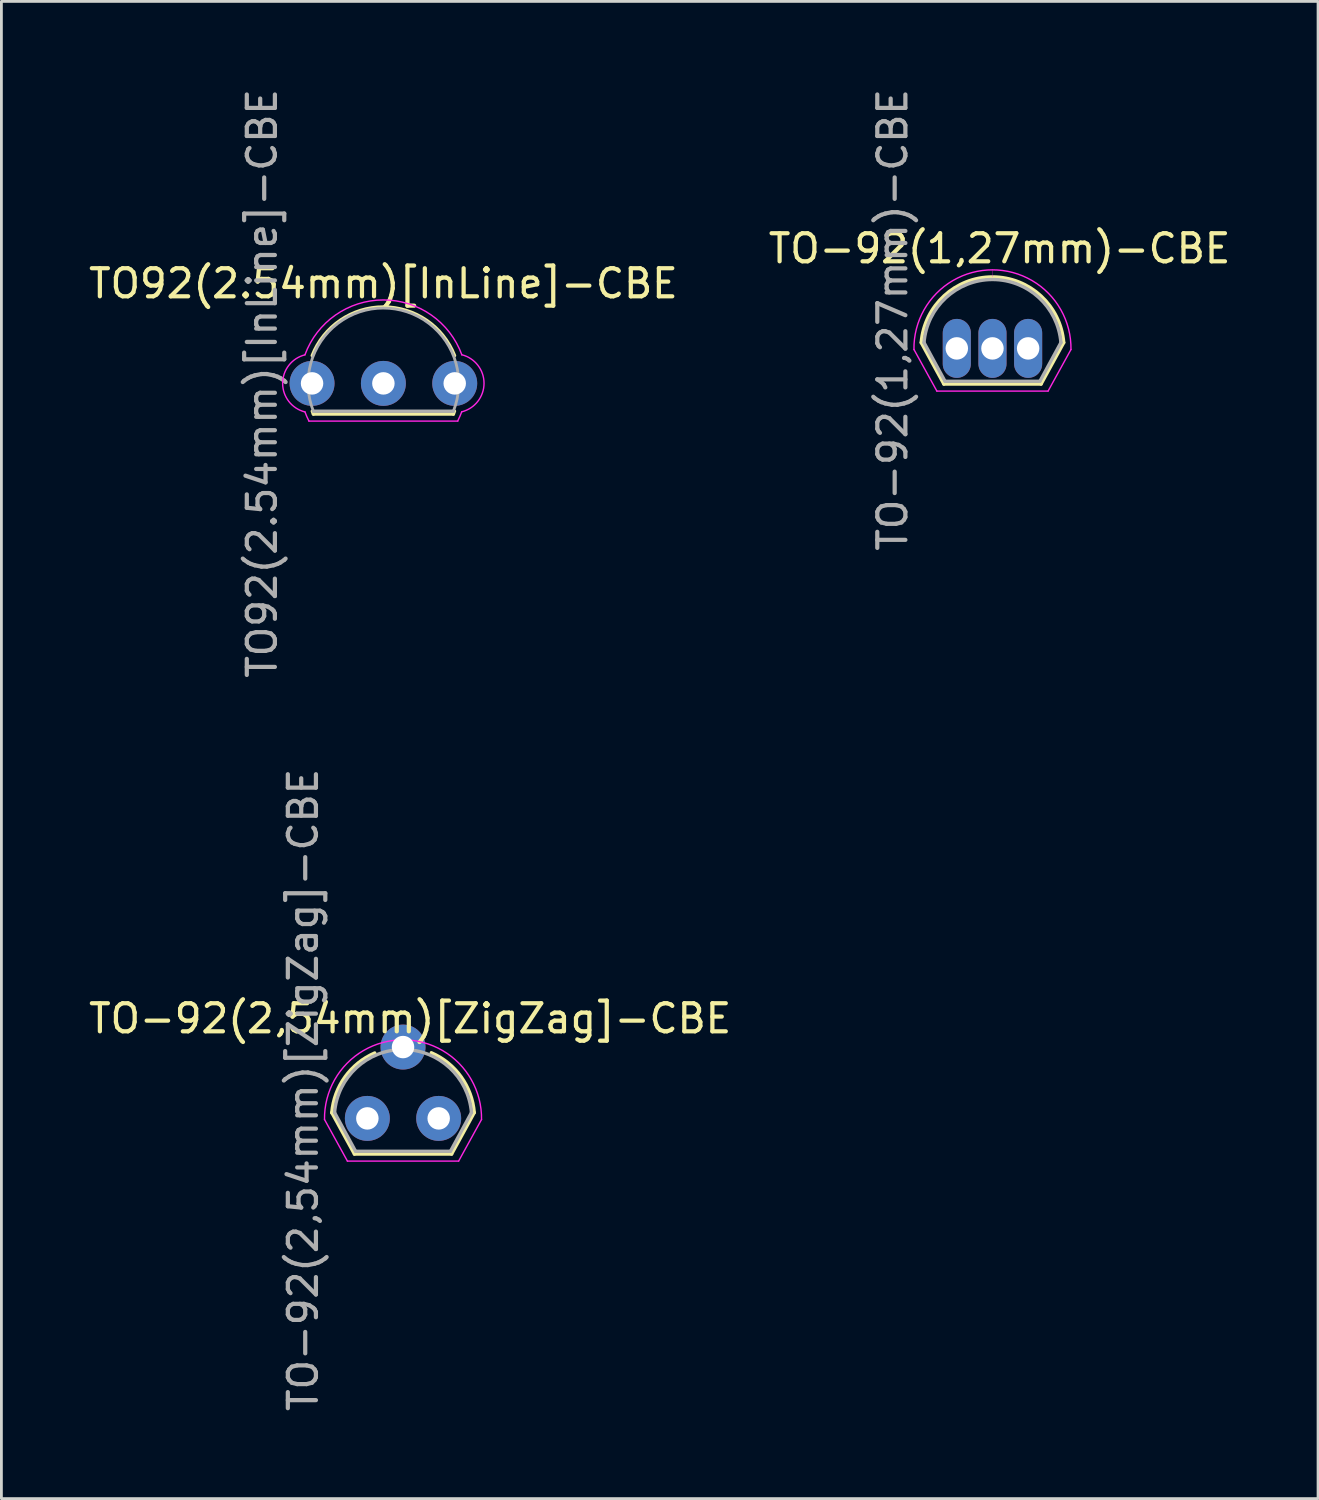
<source format=kicad_pcb>
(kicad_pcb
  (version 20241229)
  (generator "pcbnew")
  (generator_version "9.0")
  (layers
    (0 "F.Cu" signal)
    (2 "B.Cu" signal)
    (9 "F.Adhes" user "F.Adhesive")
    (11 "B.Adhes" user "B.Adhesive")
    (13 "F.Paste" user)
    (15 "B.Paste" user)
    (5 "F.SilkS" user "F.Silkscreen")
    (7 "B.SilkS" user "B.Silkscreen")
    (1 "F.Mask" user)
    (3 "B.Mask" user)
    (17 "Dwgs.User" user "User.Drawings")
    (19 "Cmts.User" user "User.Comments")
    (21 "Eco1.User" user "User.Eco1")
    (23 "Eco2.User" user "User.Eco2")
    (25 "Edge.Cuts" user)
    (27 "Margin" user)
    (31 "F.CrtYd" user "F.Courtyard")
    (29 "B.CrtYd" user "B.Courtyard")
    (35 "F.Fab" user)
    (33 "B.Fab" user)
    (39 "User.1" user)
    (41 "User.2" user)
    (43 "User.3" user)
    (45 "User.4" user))
  (footprint "TO-92(1,27mm)-CBE"
    (layer "F.Cu")
    (at 32.288 9.355)
    (property "Reference" "TO-92(1,27mm)-CBE" (at 0.254 -3.556 0) (unlocked yes) (layer "F.SilkS") (effects (font (size 1 1) (thickness 0.15))))
    (attr through_hole)
    (fp_line (start -1.73 1.27) (end -2.537 -0.206) (stroke (width 0.12) (type solid)) (layer "F.SilkS"))
    (fp_line (start 1.73 1.27) (end -1.73 1.27) (stroke (width 0.12) (type solid)) (layer "F.SilkS"))
    (fp_line (start 1.73 1.27) (end 2.537 -0.206) (stroke (width 0.12) (type solid)) (layer "F.SilkS"))
    (fp_arc (start -2.537006 -0.206178) (mid 0 -2.54537) (end 2.537006 -0.206178) (stroke (width 0.12) (type solid)) (layer "F.SilkS"))
    (fp_line (start -1.98 1.52) (end -2.795 0.04) (stroke (width 0.05) (type solid)) (layer "F.CrtYd"))
    (fp_line (start 0 -2.545) (end 0 -2.795) (stroke (width 0.01) (type solid)) (layer "F.CrtYd"))
    (fp_line (start 1.98 1.52) (end -1.98 1.52) (stroke (width 0.05) (type solid)) (layer "F.CrtYd"))
    (fp_line (start 1.98 1.52) (end 2.795 0.04) (stroke (width 0.05) (type solid)) (layer "F.CrtYd"))
    (fp_arc (start -2.79537 0.04) (mid 0 -2.795656) (end 2.79537 0.04) (stroke (width 0.05) (type solid)) (layer "F.CrtYd"))
    (fp_line (start -1.69 1.17) (end -2.437 -0.206) (stroke (width 0.12) (type solid)) (layer "F.Fab"))
    (fp_line (start 1.69 1.17) (end -1.69 1.17) (stroke (width 0.12) (type solid)) (layer "F.Fab"))
    (fp_line (start 1.69 1.17) (end 2.437 -0.206) (stroke (width 0.12) (type solid)) (layer "F.Fab"))
    (fp_arc (start -2.437006 -0.206178) (mid 0 -2.453015) (end 2.437006 -0.206178) (stroke (width 0.12) (type solid)) (layer "F.Fab"))
    (fp_text user "${REFERENCE}" (at -3.556 -1.016 90) (unlocked yes) (layer "F.Fab") (effects (font (size 1 1) (thickness 0.15))))
    (pad "B" thru_hole oval (at 0 0) (size 1 2.1) (drill 0.8) (layers "*.Cu" "*.Mask"))
    (pad "C" thru_hole oval (at -1.27 0) (size 1 2.1) (drill 0.8) (layers "*.Cu" "*.Mask"))
    (pad "E" thru_hole oval (at 1.27 0) (size 1 2.1) (drill 0.8) (layers "*.Cu" "*.Mask")))
  (footprint "TO92(2.54mm)[InLine]-CBE"
    (layer "F.Cu")
    (at 10.601 10.601)
    (property "Reference" "TO92(2.54mm)[InLine]-CBE" (at 0 -3.556 0) (unlocked yes) (layer "F.SilkS") (effects (font (size 1 1) (thickness 0.15))))
    (attr through_hole)
    (fp_line (start -2.492 1.092) (end -2.531 0.989) (stroke (width 0.12) (type solid)) (layer "F.SilkS"))
    (fp_line (start -2.492 1.092) (end 2.492 1.092) (stroke (width 0.12) (type solid)) (layer "F.SilkS"))
    (fp_line (start 2.492 1.092) (end 2.531 0.989) (stroke (width 0.12) (type solid)) (layer "F.SilkS"))
    (fp_arc (start -2.533425 -0.989193) (mid 0 -2.72062) (end 2.533425 -0.989193) (stroke (width 0.12) (type solid)) (layer "F.SilkS"))
    (fp_line (start -2.651 1.342) (end 2.651 1.342) (stroke (width 0.05) (type solid)) (layer "F.CrtYd"))
    (fp_arc (start -2.794 -1.016) (mid 0 -2.97127) (end 2.794 -1.016) (stroke (width 0.05) (type solid)) (layer "F.CrtYd"))
    (fp_arc (start -2.794 1.015999) (mid -3.587268 0) (end -2.794 -1.015999) (stroke (width 0.05) (type solid)) (layer "F.CrtYd"))
    (fp_arc (start -2.650999 1.342) (mid -2.726608 1.180833) (end -2.79243 1.015428) (stroke (width 0.05) (type solid)) (layer "F.CrtYd"))
    (fp_arc (start 2.7886 1.011598) (mid 2.722778 1.177003) (end 2.647169 1.33817) (stroke (width 0.05) (type solid)) (layer "F.CrtYd"))
    (fp_arc (start 2.79017 -1.019829) (mid 3.583438 -0.00383) (end 2.79017 1.012169) (stroke (width 0.05) (type solid)) (layer "F.CrtYd"))
    (fp_line (start -2.492 0.992) (end 2.492 0.992) (stroke (width 0.12) (type solid)) (layer "F.Fab"))
    (fp_arc (start -2.492 0.9922) (mid 0 -2.682261) (end 2.492 0.9922) (stroke (width 0.1) (type solid)) (layer "F.Fab"))
    (fp_text user "${REFERENCE}" (at -4.318 0 90) (unlocked yes) (layer "F.Fab") (effects (font (size 1 1) (thickness 0.15))))
    (pad "B" thru_hole circle (at 0 0) (size 1.6 1.6) (drill 0.8) (layers "*.Cu" "*.Mask"))
    (pad "C" thru_hole circle (at -2.54 0) (size 1.6 1.6) (drill 0.8) (layers "*.Cu" "*.Mask"))
    (pad "E" thru_hole circle (at 2.54 0) (size 1.6 1.6) (drill 0.8) (layers "*.Cu" "*.Mask")))
  (footprint "TO-92(2,54mm)[ZigZag]-CBE"
    (layer "F.Cu")
    (at 11.3 36.772)
    (property "Reference" "TO-92(2,54mm)[ZigZag]-CBE" (at 0.254 -3.556 0) (unlocked yes) (layer "F.SilkS") (effects (font (size 1 1) (thickness 0.15))))
    (attr through_hole)
    (fp_line (start -1.73 1.27) (end -2.537 -0.206) (stroke (width 0.12) (type solid)) (layer "F.SilkS"))
    (fp_line (start 1.73 1.27) (end -1.73 1.27) (stroke (width 0.12) (type solid)) (layer "F.SilkS"))
    (fp_line (start 1.73 1.27) (end 2.537 -0.206) (stroke (width 0.12) (type solid)) (layer "F.SilkS"))
    (fp_arc (start -2.537006 -0.198217) (mid -2.067993 -1.476058) (end -1.007571 -2.329497) (stroke (width 0.12) (type solid)) (layer "F.SilkS"))
    (fp_arc (start 1.007571 -2.337458) (mid 2.067993 -1.48402) (end 2.537006 -0.206178) (stroke (width 0.12) (type solid)) (layer "F.SilkS"))
    (fp_line (start -1.98 1.52) (end -2.795 0.04) (stroke (width 0.05) (type solid)) (layer "F.CrtYd"))
    (fp_line (start 0 -2.545) (end 0 -2.795) (stroke (width 0.01) (type solid)) (layer "F.CrtYd"))
    (fp_line (start 1.98 1.52) (end -1.98 1.52) (stroke (width 0.05) (type solid)) (layer "F.CrtYd"))
    (fp_line (start 1.98 1.52) (end 2.795 0.04) (stroke (width 0.05) (type solid)) (layer "F.CrtYd"))
    (fp_arc (start -2.79537 0.04) (mid 0 -2.795656) (end 2.79537 0.04) (stroke (width 0.05) (type solid)) (layer "F.CrtYd"))
    (fp_line (start -1.69 1.17) (end -2.437 -0.206) (stroke (width 0.12) (type solid)) (layer "F.Fab"))
    (fp_line (start 1.69 1.17) (end -1.69 1.17) (stroke (width 0.12) (type solid)) (layer "F.Fab"))
    (fp_line (start 1.69 1.17) (end 2.437 -0.206) (stroke (width 0.12) (type solid)) (layer "F.Fab"))
    (fp_arc (start -2.437006 -0.206178) (mid 0 -2.453015) (end 2.437006 -0.206178) (stroke (width 0.12) (type solid)) (layer "F.Fab"))
    (fp_text user "${REFERENCE}" (at -3.556 -1.016 90) (unlocked yes) (layer "F.Fab") (effects (font (size 1 1) (thickness 0.15))))
    (pad "B" thru_hole circle (at 0 -2.54) (size 1.6 1.6) (drill 0.8) (layers "*.Cu" "*.Mask"))
    (pad "C" thru_hole circle (at -1.27 0) (size 1.6 1.6) (drill 0.8) (layers "*.Cu" "*.Mask"))
    (pad "E" thru_hole circle (at 1.27 0) (size 1.6 1.6) (drill 0.8) (layers "*.Cu" "*.Mask")))
  (gr_rect
    (start -3 -3)
    (end 43.881 50.31)
    (stroke (width 0.1) (type default))
    (fill no)
    (layer "Edge.Cuts")))
</source>
